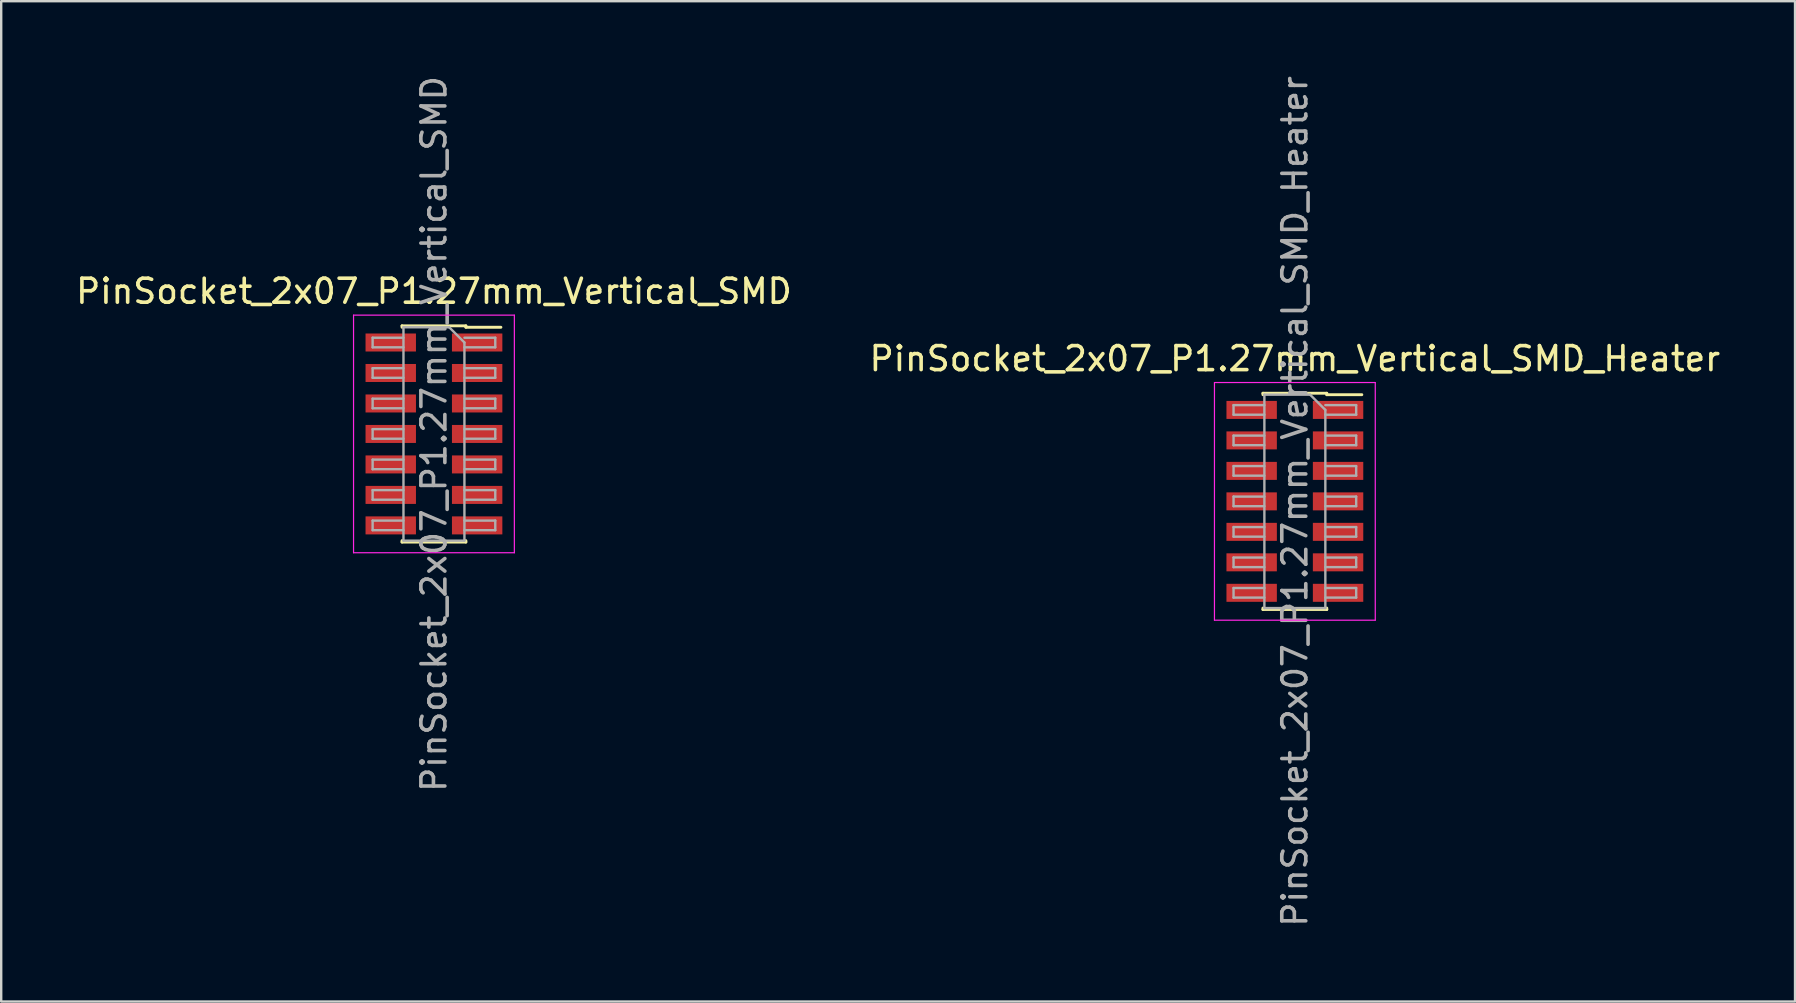
<source format=kicad_pcb>
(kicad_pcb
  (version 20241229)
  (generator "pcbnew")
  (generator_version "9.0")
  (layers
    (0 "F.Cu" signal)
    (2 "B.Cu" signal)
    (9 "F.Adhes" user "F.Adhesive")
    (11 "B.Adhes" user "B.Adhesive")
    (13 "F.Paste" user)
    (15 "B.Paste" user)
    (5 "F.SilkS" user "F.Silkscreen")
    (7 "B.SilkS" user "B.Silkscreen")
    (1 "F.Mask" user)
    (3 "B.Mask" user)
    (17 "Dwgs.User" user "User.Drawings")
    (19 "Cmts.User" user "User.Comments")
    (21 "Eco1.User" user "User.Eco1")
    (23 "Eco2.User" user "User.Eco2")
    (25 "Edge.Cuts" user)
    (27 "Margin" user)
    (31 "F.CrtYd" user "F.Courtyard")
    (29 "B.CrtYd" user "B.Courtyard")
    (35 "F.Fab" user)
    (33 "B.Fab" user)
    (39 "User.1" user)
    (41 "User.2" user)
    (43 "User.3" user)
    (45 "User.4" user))
  (footprint "PinSocket_2x07_P1.27mm_Vertical_SMD_Heater"
    (layer "F.Cu")
    (at 50.899 17.839)
    (property "Reference" "PinSocket_2x07_P1.27mm_Vertical_SMD_Heater" (at 0 -5.945 0) (layer "F.SilkS") (effects (font (size 1 1) (thickness 0.15))))
    (attr smd)
    (fp_line (start -1.33 -4.505) (end -1.33 -4.445) (stroke (width 0.12) (type solid)) (layer "F.SilkS"))
    (fp_line (start -1.33 -4.505) (end 1.33 -4.505) (stroke (width 0.12) (type solid)) (layer "F.SilkS"))
    (fp_line (start -1.33 4.445) (end -1.33 4.505) (stroke (width 0.12) (type solid)) (layer "F.SilkS"))
    (fp_line (start -1.33 4.505) (end 1.33 4.505) (stroke (width 0.12) (type solid)) (layer "F.SilkS"))
    (fp_line (start 1.33 -4.505) (end 1.33 -4.445) (stroke (width 0.12) (type solid)) (layer "F.SilkS"))
    (fp_line (start 1.33 -4.445) (end 2.79 -4.445) (stroke (width 0.12) (type solid)) (layer "F.SilkS"))
    (fp_line (start 1.33 4.445) (end 1.33 4.505) (stroke (width 0.12) (type solid)) (layer "F.SilkS"))
    (fp_line (start -3.35 -4.95) (end 3.35 -4.95) (stroke (width 0.05) (type solid)) (layer "F.CrtYd"))
    (fp_line (start -3.35 4.95) (end -3.35 -4.95) (stroke (width 0.05) (type solid)) (layer "F.CrtYd"))
    (fp_line (start 3.35 -4.95) (end 3.35 4.95) (stroke (width 0.05) (type solid)) (layer "F.CrtYd"))
    (fp_line (start 3.35 4.95) (end -3.35 4.95) (stroke (width 0.05) (type solid)) (layer "F.CrtYd"))
    (fp_line (start -2.555 -4.01) (end -1.27 -4.01) (stroke (width 0.1) (type solid)) (layer "F.Fab"))
    (fp_line (start -2.555 -3.61) (end -2.555 -4.01) (stroke (width 0.1) (type solid)) (layer "F.Fab"))
    (fp_line (start -2.555 -2.74) (end -1.27 -2.74) (stroke (width 0.1) (type solid)) (layer "F.Fab"))
    (fp_line (start -2.555 -2.34) (end -2.555 -2.74) (stroke (width 0.1) (type solid)) (layer "F.Fab"))
    (fp_line (start -2.555 -1.47) (end -1.27 -1.47) (stroke (width 0.1) (type solid)) (layer "F.Fab"))
    (fp_line (start -2.555 -1.07) (end -2.555 -1.47) (stroke (width 0.1) (type solid)) (layer "F.Fab"))
    (fp_line (start -2.555 -0.2) (end -1.27 -0.2) (stroke (width 0.1) (type solid)) (layer "F.Fab"))
    (fp_line (start -2.555 0.2) (end -2.555 -0.2) (stroke (width 0.1) (type solid)) (layer "F.Fab"))
    (fp_line (start -2.555 1.07) (end -1.27 1.07) (stroke (width 0.1) (type solid)) (layer "F.Fab"))
    (fp_line (start -2.555 1.47) (end -2.555 1.07) (stroke (width 0.1) (type solid)) (layer "F.Fab"))
    (fp_line (start -2.555 2.34) (end -1.27 2.34) (stroke (width 0.1) (type solid)) (layer "F.Fab"))
    (fp_line (start -2.555 2.74) (end -2.555 2.34) (stroke (width 0.1) (type solid)) (layer "F.Fab"))
    (fp_line (start -2.555 3.61) (end -1.27 3.61) (stroke (width 0.1) (type solid)) (layer "F.Fab"))
    (fp_line (start -2.555 4.01) (end -2.555 3.61) (stroke (width 0.1) (type solid)) (layer "F.Fab"))
    (fp_line (start -1.27 -4.445) (end 0.635 -4.445) (stroke (width 0.1) (type solid)) (layer "F.Fab"))
    (fp_line (start -1.27 -3.61) (end -2.555 -3.61) (stroke (width 0.1) (type solid)) (layer "F.Fab"))
    (fp_line (start -1.27 -2.34) (end -2.555 -2.34) (stroke (width 0.1) (type solid)) (layer "F.Fab"))
    (fp_line (start -1.27 -1.07) (end -2.555 -1.07) (stroke (width 0.1) (type solid)) (layer "F.Fab"))
    (fp_line (start -1.27 0.2) (end -2.555 0.2) (stroke (width 0.1) (type solid)) (layer "F.Fab"))
    (fp_line (start -1.27 1.47) (end -2.555 1.47) (stroke (width 0.1) (type solid)) (layer "F.Fab"))
    (fp_line (start -1.27 2.74) (end -2.555 2.74) (stroke (width 0.1) (type solid)) (layer "F.Fab"))
    (fp_line (start -1.27 4.01) (end -2.555 4.01) (stroke (width 0.1) (type solid)) (layer "F.Fab"))
    (fp_line (start -1.27 4.445) (end -1.27 -4.445) (stroke (width 0.1) (type solid)) (layer "F.Fab"))
    (fp_line (start 0.635 -4.445) (end 1.27 -3.81) (stroke (width 0.1) (type solid)) (layer "F.Fab"))
    (fp_line (start 1.27 -4.01) (end 2.555 -4.01) (stroke (width 0.1) (type solid)) (layer "F.Fab"))
    (fp_line (start 1.27 -3.81) (end 1.27 4.445) (stroke (width 0.1) (type solid)) (layer "F.Fab"))
    (fp_line (start 1.27 -2.74) (end 2.555 -2.74) (stroke (width 0.1) (type solid)) (layer "F.Fab"))
    (fp_line (start 1.27 -1.47) (end 2.555 -1.47) (stroke (width 0.1) (type solid)) (layer "F.Fab"))
    (fp_line (start 1.27 -0.2) (end 2.555 -0.2) (stroke (width 0.1) (type solid)) (layer "F.Fab"))
    (fp_line (start 1.27 1.07) (end 2.555 1.07) (stroke (width 0.1) (type solid)) (layer "F.Fab"))
    (fp_line (start 1.27 2.34) (end 2.555 2.34) (stroke (width 0.1) (type solid)) (layer "F.Fab"))
    (fp_line (start 1.27 3.61) (end 2.555 3.61) (stroke (width 0.1) (type solid)) (layer "F.Fab"))
    (fp_line (start 1.27 4.445) (end -1.27 4.445) (stroke (width 0.1) (type solid)) (layer "F.Fab"))
    (fp_line (start 2.555 -4.01) (end 2.555 -3.61) (stroke (width 0.1) (type solid)) (layer "F.Fab"))
    (fp_line (start 2.555 -3.61) (end 1.27 -3.61) (stroke (width 0.1) (type solid)) (layer "F.Fab"))
    (fp_line (start 2.555 -2.74) (end 2.555 -2.34) (stroke (width 0.1) (type solid)) (layer "F.Fab"))
    (fp_line (start 2.555 -2.34) (end 1.27 -2.34) (stroke (width 0.1) (type solid)) (layer "F.Fab"))
    (fp_line (start 2.555 -1.47) (end 2.555 -1.07) (stroke (width 0.1) (type solid)) (layer "F.Fab"))
    (fp_line (start 2.555 -1.07) (end 1.27 -1.07) (stroke (width 0.1) (type solid)) (layer "F.Fab"))
    (fp_line (start 2.555 -0.2) (end 2.555 0.2) (stroke (width 0.1) (type solid)) (layer "F.Fab"))
    (fp_line (start 2.555 0.2) (end 1.27 0.2) (stroke (width 0.1) (type solid)) (layer "F.Fab"))
    (fp_line (start 2.555 1.07) (end 2.555 1.47) (stroke (width 0.1) (type solid)) (layer "F.Fab"))
    (fp_line (start 2.555 1.47) (end 1.27 1.47) (stroke (width 0.1) (type solid)) (layer "F.Fab"))
    (fp_line (start 2.555 2.34) (end 2.555 2.74) (stroke (width 0.1) (type solid)) (layer "F.Fab"))
    (fp_line (start 2.555 2.74) (end 1.27 2.74) (stroke (width 0.1) (type solid)) (layer "F.Fab"))
    (fp_line (start 2.555 3.61) (end 2.555 4.01) (stroke (width 0.1) (type solid)) (layer "F.Fab"))
    (fp_line (start 2.555 4.01) (end 1.27 4.01) (stroke (width 0.1) (type solid)) (layer "F.Fab"))
    (fp_text user "${REFERENCE}" (at 0 0 90) (layer "F.Fab") (effects (font (size 1 1) (thickness 0.15))))
    (pad "1" smd rect (at 1.8 -3.81) (size 2.1 0.75) (layers "F.Cu" "F.Mask" "F.Paste"))
    (pad "2" smd rect (at -1.8 -3.81) (size 2.1 0.75) (layers "F.Cu" "F.Mask" "F.Paste"))
    (pad "3" smd rect (at 1.8 -2.54) (size 2.1 0.75) (layers "F.Cu" "F.Mask" "F.Paste"))
    (pad "4" smd rect (at -1.8 -2.54) (size 2.1 0.75) (layers "F.Cu" "F.Mask" "F.Paste"))
    (pad "5" smd rect (at 1.8 -1.27) (size 2.1 0.75) (layers "F.Cu" "F.Mask" "F.Paste"))
    (pad "6" smd rect (at -1.8 -1.27) (size 2.1 0.75) (layers "F.Cu" "F.Mask" "F.Paste"))
    (pad "7" smd rect (at 1.8 0) (size 2.1 0.75) (layers "F.Cu" "F.Mask" "F.Paste"))
    (pad "8" smd rect (at -1.8 0) (size 2.1 0.75) (layers "F.Cu" "F.Mask" "F.Paste"))
    (pad "9" smd rect (at 1.8 1.27) (size 2.1 0.75) (layers "F.Cu" "F.Mask" "F.Paste"))
    (pad "10" smd rect (at -1.8 1.27) (size 2.1 0.75) (layers "F.Cu" "F.Mask" "F.Paste"))
    (pad "11" smd rect (at 1.8 2.54) (size 2.1 0.75) (layers "F.Cu" "F.Mask" "F.Paste"))
    (pad "12" smd rect (at -1.8 2.54) (size 2.1 0.75) (layers "F.Cu" "F.Mask" "F.Paste"))
    (pad "13" smd rect (at 1.8 3.81) (size 2.1 0.75) (layers "F.Cu" "F.Mask" "F.Paste"))
    (pad "14" smd rect (at -1.8 3.81) (size 2.1 0.75) (layers "F.Cu" "F.Mask" "F.Paste")))
  (footprint "PinSocket_2x07_P1.27mm_Vertical_SMD"
    (layer "F.Cu")
    (at 15.03 15.03)
    (property "Reference" "PinSocket_2x07_P1.27mm_Vertical_SMD" (at 0 -5.945 0) (layer "F.SilkS") (effects (font (size 1 1) (thickness 0.15))))
    (attr smd)
    (fp_line (start -1.33 -4.505) (end -1.33 -4.445) (stroke (width 0.12) (type solid)) (layer "F.SilkS"))
    (fp_line (start -1.33 -4.505) (end 1.33 -4.505) (stroke (width 0.12) (type solid)) (layer "F.SilkS"))
    (fp_line (start -1.33 4.445) (end -1.33 4.505) (stroke (width 0.12) (type solid)) (layer "F.SilkS"))
    (fp_line (start -1.33 4.505) (end 1.33 4.505) (stroke (width 0.12) (type solid)) (layer "F.SilkS"))
    (fp_line (start 1.33 -4.505) (end 1.33 -4.445) (stroke (width 0.12) (type solid)) (layer "F.SilkS"))
    (fp_line (start 1.33 -4.445) (end 2.79 -4.445) (stroke (width 0.12) (type solid)) (layer "F.SilkS"))
    (fp_line (start 1.33 4.445) (end 1.33 4.505) (stroke (width 0.12) (type solid)) (layer "F.SilkS"))
    (fp_line (start -3.35 -4.95) (end 3.35 -4.95) (stroke (width 0.05) (type solid)) (layer "F.CrtYd"))
    (fp_line (start -3.35 4.95) (end -3.35 -4.95) (stroke (width 0.05) (type solid)) (layer "F.CrtYd"))
    (fp_line (start 3.35 -4.95) (end 3.35 4.95) (stroke (width 0.05) (type solid)) (layer "F.CrtYd"))
    (fp_line (start 3.35 4.95) (end -3.35 4.95) (stroke (width 0.05) (type solid)) (layer "F.CrtYd"))
    (fp_line (start -2.555 -4.01) (end -1.27 -4.01) (stroke (width 0.1) (type solid)) (layer "F.Fab"))
    (fp_line (start -2.555 -3.61) (end -2.555 -4.01) (stroke (width 0.1) (type solid)) (layer "F.Fab"))
    (fp_line (start -2.555 -2.74) (end -1.27 -2.74) (stroke (width 0.1) (type solid)) (layer "F.Fab"))
    (fp_line (start -2.555 -2.34) (end -2.555 -2.74) (stroke (width 0.1) (type solid)) (layer "F.Fab"))
    (fp_line (start -2.555 -1.47) (end -1.27 -1.47) (stroke (width 0.1) (type solid)) (layer "F.Fab"))
    (fp_line (start -2.555 -1.07) (end -2.555 -1.47) (stroke (width 0.1) (type solid)) (layer "F.Fab"))
    (fp_line (start -2.555 -0.2) (end -1.27 -0.2) (stroke (width 0.1) (type solid)) (layer "F.Fab"))
    (fp_line (start -2.555 0.2) (end -2.555 -0.2) (stroke (width 0.1) (type solid)) (layer "F.Fab"))
    (fp_line (start -2.555 1.07) (end -1.27 1.07) (stroke (width 0.1) (type solid)) (layer "F.Fab"))
    (fp_line (start -2.555 1.47) (end -2.555 1.07) (stroke (width 0.1) (type solid)) (layer "F.Fab"))
    (fp_line (start -2.555 2.34) (end -1.27 2.34) (stroke (width 0.1) (type solid)) (layer "F.Fab"))
    (fp_line (start -2.555 2.74) (end -2.555 2.34) (stroke (width 0.1) (type solid)) (layer "F.Fab"))
    (fp_line (start -2.555 3.61) (end -1.27 3.61) (stroke (width 0.1) (type solid)) (layer "F.Fab"))
    (fp_line (start -2.555 4.01) (end -2.555 3.61) (stroke (width 0.1) (type solid)) (layer "F.Fab"))
    (fp_line (start -1.27 -4.445) (end 0.635 -4.445) (stroke (width 0.1) (type solid)) (layer "F.Fab"))
    (fp_line (start -1.27 -3.61) (end -2.555 -3.61) (stroke (width 0.1) (type solid)) (layer "F.Fab"))
    (fp_line (start -1.27 -2.34) (end -2.555 -2.34) (stroke (width 0.1) (type solid)) (layer "F.Fab"))
    (fp_line (start -1.27 -1.07) (end -2.555 -1.07) (stroke (width 0.1) (type solid)) (layer "F.Fab"))
    (fp_line (start -1.27 0.2) (end -2.555 0.2) (stroke (width 0.1) (type solid)) (layer "F.Fab"))
    (fp_line (start -1.27 1.47) (end -2.555 1.47) (stroke (width 0.1) (type solid)) (layer "F.Fab"))
    (fp_line (start -1.27 2.74) (end -2.555 2.74) (stroke (width 0.1) (type solid)) (layer "F.Fab"))
    (fp_line (start -1.27 4.01) (end -2.555 4.01) (stroke (width 0.1) (type solid)) (layer "F.Fab"))
    (fp_line (start -1.27 4.445) (end -1.27 -4.445) (stroke (width 0.1) (type solid)) (layer "F.Fab"))
    (fp_line (start 0.635 -4.445) (end 1.27 -3.81) (stroke (width 0.1) (type solid)) (layer "F.Fab"))
    (fp_line (start 1.27 -4.01) (end 2.555 -4.01) (stroke (width 0.1) (type solid)) (layer "F.Fab"))
    (fp_line (start 1.27 -3.81) (end 1.27 4.445) (stroke (width 0.1) (type solid)) (layer "F.Fab"))
    (fp_line (start 1.27 -2.74) (end 2.555 -2.74) (stroke (width 0.1) (type solid)) (layer "F.Fab"))
    (fp_line (start 1.27 -1.47) (end 2.555 -1.47) (stroke (width 0.1) (type solid)) (layer "F.Fab"))
    (fp_line (start 1.27 -0.2) (end 2.555 -0.2) (stroke (width 0.1) (type solid)) (layer "F.Fab"))
    (fp_line (start 1.27 1.07) (end 2.555 1.07) (stroke (width 0.1) (type solid)) (layer "F.Fab"))
    (fp_line (start 1.27 2.34) (end 2.555 2.34) (stroke (width 0.1) (type solid)) (layer "F.Fab"))
    (fp_line (start 1.27 3.61) (end 2.555 3.61) (stroke (width 0.1) (type solid)) (layer "F.Fab"))
    (fp_line (start 1.27 4.445) (end -1.27 4.445) (stroke (width 0.1) (type solid)) (layer "F.Fab"))
    (fp_line (start 2.555 -4.01) (end 2.555 -3.61) (stroke (width 0.1) (type solid)) (layer "F.Fab"))
    (fp_line (start 2.555 -3.61) (end 1.27 -3.61) (stroke (width 0.1) (type solid)) (layer "F.Fab"))
    (fp_line (start 2.555 -2.74) (end 2.555 -2.34) (stroke (width 0.1) (type solid)) (layer "F.Fab"))
    (fp_line (start 2.555 -2.34) (end 1.27 -2.34) (stroke (width 0.1) (type solid)) (layer "F.Fab"))
    (fp_line (start 2.555 -1.47) (end 2.555 -1.07) (stroke (width 0.1) (type solid)) (layer "F.Fab"))
    (fp_line (start 2.555 -1.07) (end 1.27 -1.07) (stroke (width 0.1) (type solid)) (layer "F.Fab"))
    (fp_line (start 2.555 -0.2) (end 2.555 0.2) (stroke (width 0.1) (type solid)) (layer "F.Fab"))
    (fp_line (start 2.555 0.2) (end 1.27 0.2) (stroke (width 0.1) (type solid)) (layer "F.Fab"))
    (fp_line (start 2.555 1.07) (end 2.555 1.47) (stroke (width 0.1) (type solid)) (layer "F.Fab"))
    (fp_line (start 2.555 1.47) (end 1.27 1.47) (stroke (width 0.1) (type solid)) (layer "F.Fab"))
    (fp_line (start 2.555 2.34) (end 2.555 2.74) (stroke (width 0.1) (type solid)) (layer "F.Fab"))
    (fp_line (start 2.555 2.74) (end 1.27 2.74) (stroke (width 0.1) (type solid)) (layer "F.Fab"))
    (fp_line (start 2.555 3.61) (end 2.555 4.01) (stroke (width 0.1) (type solid)) (layer "F.Fab"))
    (fp_line (start 2.555 4.01) (end 1.27 4.01) (stroke (width 0.1) (type solid)) (layer "F.Fab"))
    (fp_text user "${REFERENCE}" (at 0 0 90) (layer "F.Fab") (effects (font (size 1 1) (thickness 0.15))))
    (pad "1" smd rect (at 1.8 -3.81) (size 2.1 0.75) (layers "F.Cu" "F.Mask" "F.Paste"))
    (pad "2" smd rect (at -1.8 -3.81) (size 2.1 0.75) (layers "F.Cu" "F.Mask" "F.Paste"))
    (pad "3" smd rect (at 1.8 -2.54) (size 2.1 0.75) (layers "F.Cu" "F.Mask" "F.Paste"))
    (pad "4" smd rect (at -1.8 -2.54) (size 2.1 0.75) (layers "F.Cu" "F.Mask" "F.Paste"))
    (pad "5" smd rect (at 1.8 -1.27) (size 2.1 0.75) (layers "F.Cu" "F.Mask" "F.Paste"))
    (pad "6" smd rect (at -1.8 -1.27) (size 2.1 0.75) (layers "F.Cu" "F.Mask" "F.Paste"))
    (pad "7" smd rect (at 1.8 0) (size 2.1 0.75) (layers "F.Cu" "F.Mask" "F.Paste"))
    (pad "8" smd rect (at -1.8 0) (size 2.1 0.75) (layers "F.Cu" "F.Mask" "F.Paste"))
    (pad "9" smd rect (at 1.8 1.27) (size 2.1 0.75) (layers "F.Cu" "F.Mask" "F.Paste"))
    (pad "10" smd rect (at -1.8 1.27) (size 2.1 0.75) (layers "F.Cu" "F.Mask" "F.Paste"))
    (pad "11" smd rect (at 1.8 2.54) (size 2.1 0.75) (layers "F.Cu" "F.Mask" "F.Paste"))
    (pad "12" smd rect (at -1.8 2.54) (size 2.1 0.75) (layers "F.Cu" "F.Mask" "F.Paste"))
    (pad "13" smd rect (at 1.8 3.81) (size 2.1 0.75) (layers "F.Cu" "F.Mask" "F.Paste"))
    (pad "14" smd rect (at -1.8 3.81) (size 2.1 0.75) (layers "F.Cu" "F.Mask" "F.Paste")))
  (gr_rect
    (start -3 -3)
    (end 71.738 38.679)
    (stroke (width 0.1) (type default))
    (fill no)
    (layer "Edge.Cuts")))
</source>
